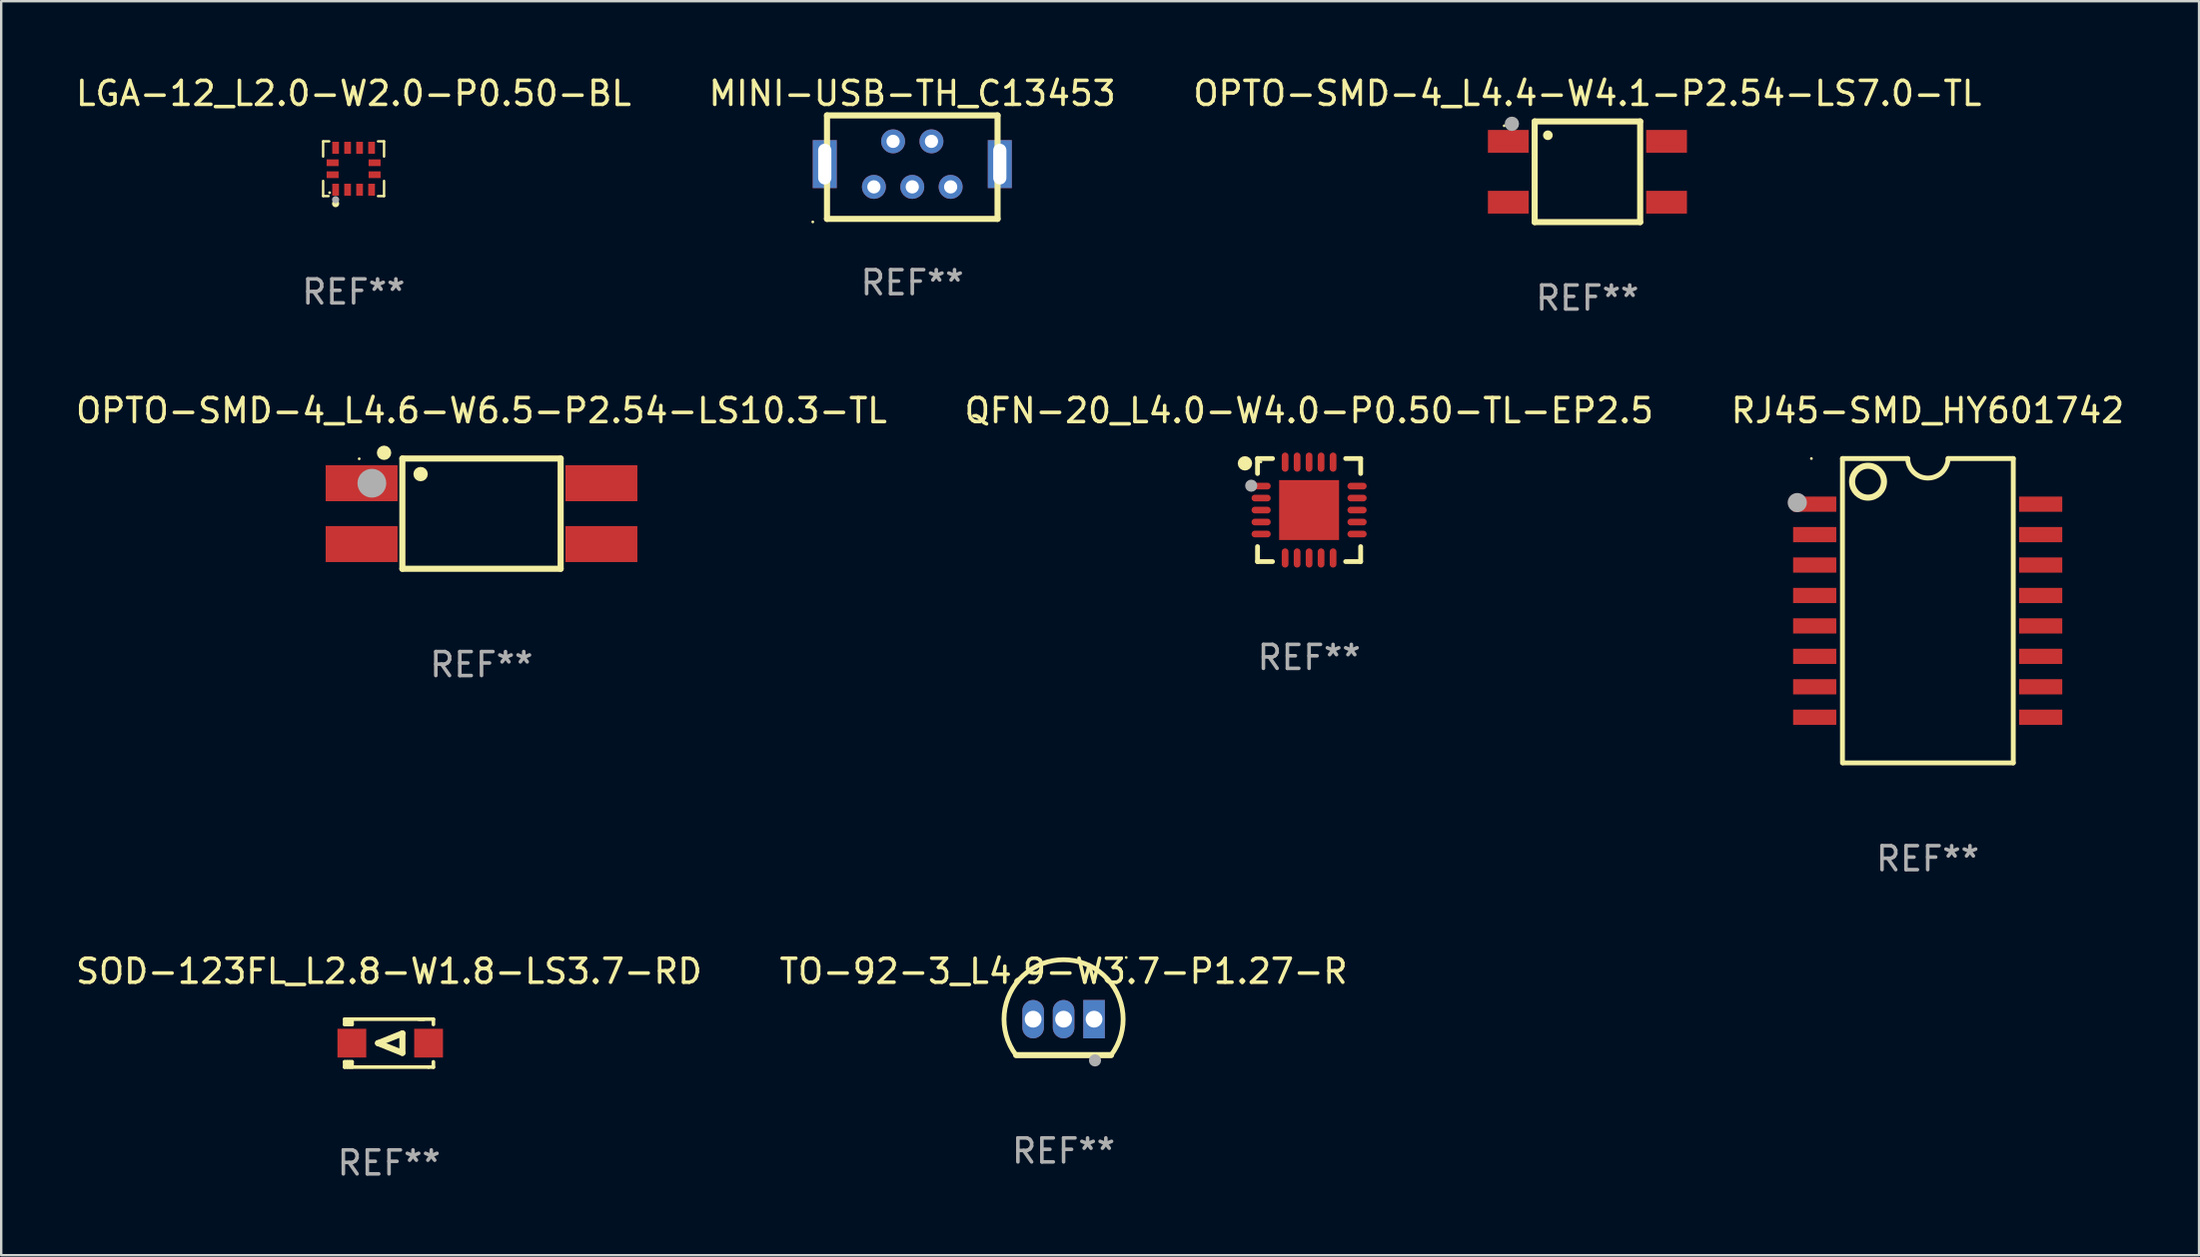
<source format=kicad_pcb>
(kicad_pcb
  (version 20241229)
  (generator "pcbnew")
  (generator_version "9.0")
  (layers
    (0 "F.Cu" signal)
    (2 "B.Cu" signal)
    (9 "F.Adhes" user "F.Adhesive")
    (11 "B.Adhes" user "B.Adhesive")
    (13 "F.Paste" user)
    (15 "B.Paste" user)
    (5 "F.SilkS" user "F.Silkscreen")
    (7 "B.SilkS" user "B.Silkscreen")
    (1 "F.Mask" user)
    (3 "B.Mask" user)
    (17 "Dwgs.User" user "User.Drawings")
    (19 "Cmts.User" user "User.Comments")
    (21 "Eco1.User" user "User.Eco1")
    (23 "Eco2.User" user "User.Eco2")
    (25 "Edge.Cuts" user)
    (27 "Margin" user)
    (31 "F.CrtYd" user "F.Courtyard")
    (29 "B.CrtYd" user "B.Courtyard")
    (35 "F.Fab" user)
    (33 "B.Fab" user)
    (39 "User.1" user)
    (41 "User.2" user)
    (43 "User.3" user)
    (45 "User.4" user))
  (footprint "SOD-123FL_L2.8-W1.8-LS3.7-RD"
    (layer "F.Cu")
    (at 13.223 40.481)
    (property "Reference" "SOD-123FL_L2.8-W1.8-LS3.7-RD" (at -0.05 -3 0) (layer "F.SilkS") (effects (font (size 1 1) (thickness 0.15))))
    (attr through_hole)
    (fp_line (start -1.9 -1) (end -1.9 -0.78) (stroke (width 0.152) (type solid)) (layer "F.SilkS"))
    (fp_line (start -1.9 0.78) (end -1.9 1) (stroke (width 0.152) (type solid)) (layer "F.SilkS"))
    (fp_line (start -1.9 1) (end 1.6 1) (stroke (width 0.152) (type solid)) (layer "F.SilkS"))
    (fp_line (start -1.791 -0.78) (end -1.791 -1) (stroke (width 0.152) (type solid)) (layer "F.SilkS"))
    (fp_line (start -1.791 1) (end -1.791 0.78) (stroke (width 0.152) (type solid)) (layer "F.SilkS"))
    (fp_line (start -1.691 -1) (end -1.691 -0.78) (stroke (width 0.152) (type solid)) (layer "F.SilkS"))
    (fp_line (start -1.691 0.78) (end -1.691 1) (stroke (width 0.152) (type solid)) (layer "F.SilkS"))
    (fp_line (start -1.591 -1) (end -1.591 -0.78) (stroke (width 0.152) (type solid)) (layer "F.SilkS"))
    (fp_line (start -1.591 -0.78) (end -1.9 -0.78) (stroke (width 0.152) (type solid)) (layer "F.SilkS"))
    (fp_line (start -1.591 0.78) (end -1.9 0.78) (stroke (width 0.152) (type solid)) (layer "F.SilkS"))
    (fp_line (start -1.591 0.78) (end -1.591 1) (stroke (width 0.152) (type solid)) (layer "F.SilkS"))
    (fp_line (start -0.508 -0.000051) (end 0.508 -0.406) (stroke (width 0.254) (type solid)) (layer "F.SilkS"))
    (fp_line (start 0.508 -0.406) (end 0.508 0.406) (stroke (width 0.254) (type solid)) (layer "F.SilkS"))
    (fp_line (start 0.508 0.406) (end -0.508 -0.000051) (stroke (width 0.254) (type solid)) (layer "F.SilkS"))
    (fp_line (start 1.4 -1) (end -1.9 -1) (stroke (width 0.152) (type solid)) (layer "F.SilkS"))
    (fp_line (start 1.6 1) (end 1.8 1) (stroke (width 0.152) (type solid)) (layer "F.SilkS"))
    (fp_line (start 1.8 -1) (end 1.2 -1) (stroke (width 0.152) (type solid)) (layer "F.SilkS"))
    (fp_line (start 1.8 -0.78) (end 1.8 -1) (stroke (width 0.152) (type solid)) (layer "F.SilkS"))
    (fp_line (start 1.8 1) (end 1.8 0.78) (stroke (width 0.152) (type solid)) (layer "F.SilkS"))
    (fp_circle (center -1.85 0.9) (end -1.82 0.9) (stroke (width 0.06) (type solid)) (fill no) (layer "F.SilkS"))
    (fp_text user "REF**" (at -0.05 5 0) (layer "F.Fab") (effects (font (size 1 1) (thickness 0.15))))
    (pad "1" smd rect (at -1.6 0) (size 1.2 1.2) (layers "F.Cu" "F.Mask" "F.Paste"))
    (pad "2" smd rect (at 1.6 0) (size 1.2 1.2) (layers "F.Cu" "F.Mask" "F.Paste")))
  (footprint "RJ45-SMD_HY601742"
    (layer "F.Cu")
    (at 77.339 22.435)
    (property "Reference" "RJ45-SMD_HY601742" (at 0 -8.35 0) (layer "F.SilkS") (effects (font (size 1 1) (thickness 0.15))))
    (attr through_hole)
    (fp_line (start -3.554 -6.35) (end -0.836 -6.35) (stroke (width 0.203) (type solid)) (layer "F.SilkS"))
    (fp_line (start -3.554 6.35) (end -3.554 -6.35) (stroke (width 0.203) (type solid)) (layer "F.SilkS"))
    (fp_line (start 0.851 -6.35) (end 3.569 -6.35) (stroke (width 0.203) (type solid)) (layer "F.SilkS"))
    (fp_line (start 3.569 -6.35) (end 3.569 6.35) (stroke (width 0.203) (type solid)) (layer "F.SilkS"))
    (fp_line (start 3.569 6.35) (end -3.531 6.35) (stroke (width 0.203) (type solid)) (layer "F.SilkS"))
    (fp_arc (start -1.823724 -5.377191) (mid -3.153258 -5.383541) (end -1.823724 -5.389891) (stroke (width 0.254001) (type solid)) (layer "F.SilkS"))
    (fp_arc (start 0.850902 -6.350013) (mid 0.00762 -5.535779) (end -0.835662 -6.350012) (stroke (width 0.2032) (type solid)) (layer "F.SilkS"))
    (fp_circle (center -4.85 -6.35) (end -4.82 -6.35) (stroke (width 0.06) (type solid)) (fill no) (layer "F.SilkS"))
    (fp_circle (center -5.439 -4.512) (end -5.239 -4.512) (stroke (width 0.4) (type solid)) (fill no) (layer "F.Fab"))
    (fp_text user "REF**" (at 0 10.35 0) (layer "F.Fab") (effects (font (size 1 1) (thickness 0.15))))
    (pad "1" smd rect (at -4.712 -4.445 270) (size 0.635 1.8) (layers "F.Cu" "F.Mask" "F.Paste"))
    (pad "2" smd rect (at -4.712 -3.175 270) (size 0.635 1.8) (layers "F.Cu" "F.Mask" "F.Paste"))
    (pad "3" smd rect (at -4.712 -1.905 270) (size 0.635 1.8) (layers "F.Cu" "F.Mask" "F.Paste"))
    (pad "4" smd rect (at -4.712 -0.635 270) (size 0.635 1.8) (layers "F.Cu" "F.Mask" "F.Paste"))
    (pad "5" smd rect (at -4.712 0.635 270) (size 0.635 1.8) (layers "F.Cu" "F.Mask" "F.Paste"))
    (pad "6" smd rect (at -4.712 1.905 270) (size 0.635 1.8) (layers "F.Cu" "F.Mask" "F.Paste"))
    (pad "7" smd rect (at -4.712 3.175 270) (size 0.635 1.8) (layers "F.Cu" "F.Mask" "F.Paste"))
    (pad "8" smd rect (at -4.712 4.445 270) (size 0.635 1.8) (layers "F.Cu" "F.Mask" "F.Paste"))
    (pad "9" smd rect (at 4.712 4.445 270) (size 0.635 1.8) (layers "F.Cu" "F.Mask" "F.Paste"))
    (pad "10" smd rect (at 4.712 3.175 270) (size 0.635 1.8) (layers "F.Cu" "F.Mask" "F.Paste"))
    (pad "11" smd rect (at 4.712 1.905 270) (size 0.635 1.8) (layers "F.Cu" "F.Mask" "F.Paste"))
    (pad "12" smd rect (at 4.712 0.635 270) (size 0.635 1.8) (layers "F.Cu" "F.Mask" "F.Paste"))
    (pad "13" smd rect (at 4.712 -0.635 270) (size 0.635 1.8) (layers "F.Cu" "F.Mask" "F.Paste"))
    (pad "14" smd rect (at 4.712 -1.905 270) (size 0.635 1.8) (layers "F.Cu" "F.Mask" "F.Paste"))
    (pad "15" smd rect (at 4.712 -3.175 270) (size 0.635 1.8) (layers "F.Cu" "F.Mask" "F.Paste"))
    (pad "16" smd rect (at 4.712 -4.445 270) (size 0.635 1.8) (layers "F.Cu" "F.Mask" "F.Paste")))
  (footprint "OPTO-SMD-4_L4.6-W6.5-P2.54-LS10.3-TL"
    (layer "F.Cu")
    (at 17.03 18.385)
    (property "Reference" "OPTO-SMD-4_L4.6-W6.5-P2.54-LS10.3-TL" (at 0.000025 -4.3 0) (layer "F.SilkS") (effects (font (size 1 1) (thickness 0.15))))
    (attr through_hole)
    (fp_line (start -3.3 -2.3) (end 3.3 -2.3) (stroke (width 0.254) (type solid)) (layer "F.SilkS"))
    (fp_line (start -3.3 2.3) (end -3.3 -2.3) (stroke (width 0.254) (type solid)) (layer "F.SilkS"))
    (fp_line (start 3.3 -2.3) (end 3.3 2.3) (stroke (width 0.254) (type solid)) (layer "F.SilkS"))
    (fp_line (start 3.3 2.3) (end -3.3 2.3) (stroke (width 0.254) (type solid)) (layer "F.SilkS"))
    (fp_circle (center -5.1 -2.29) (end -5.07 -2.29) (stroke (width 0.06) (type solid)) (fill no) (layer "F.SilkS"))
    (fp_circle (center -4.064 -2.54) (end -3.914 -2.54) (stroke (width 0.3) (type solid)) (fill no) (layer "F.SilkS"))
    (fp_circle (center -2.54 -1.651) (end -2.39 -1.651) (stroke (width 0.3) (type solid)) (fill no) (layer "F.SilkS"))
    (fp_circle (center -4.572 -1.27) (end -4.272 -1.27) (stroke (width 0.6) (type solid)) (fill no) (layer "F.Fab"))
    (fp_text user "REF**" (at 0.000025 6.3 0) (layer "F.Fab") (effects (font (size 1 1) (thickness 0.15))))
    (pad "1" smd rect (at -5 -1.27 90) (size 1.5 3) (layers "F.Cu" "F.Mask" "F.Paste"))
    (pad "2" smd rect (at -5 1.27 90) (size 1.5 3) (layers "F.Cu" "F.Mask" "F.Paste"))
    (pad "3" smd rect (at 5 1.27 90) (size 1.5 3) (layers "F.Cu" "F.Mask" "F.Paste"))
    (pad "4" smd rect (at 5 -1.27 90) (size 1.5 3) (layers "F.Cu" "F.Mask" "F.Paste")))
  (footprint "LGA-12_L2.0-W2.0-P0.50-BL"
    (layer "F.Cu")
    (at 11.696 3.991)
    (property "Reference" "LGA-12_L2.0-W2.0-P0.50-BL" (at 0 -3.143 0) (layer "F.SilkS") (effects (font (size 1 1) (thickness 0.15))))
    (attr through_hole)
    (fp_line (start -1.27 -1.143) (end -1.27 -0.508) (stroke (width 0.1) (type solid)) (layer "F.SilkS"))
    (fp_line (start -1.27 0.508) (end -1.27 1.143) (stroke (width 0.1) (type solid)) (layer "F.SilkS"))
    (fp_line (start -1.27 1.143) (end -1.044 1.143) (stroke (width 0.1) (type solid)) (layer "F.SilkS"))
    (fp_line (start -1.016 -1.143) (end -1.27 -1.143) (stroke (width 0.1) (type solid)) (layer "F.SilkS"))
    (fp_line (start 1.016 -1.143) (end 1.27 -1.143) (stroke (width 0.1) (type solid)) (layer "F.SilkS"))
    (fp_line (start 1.27 -1.143) (end 1.27 -0.508) (stroke (width 0.1) (type solid)) (layer "F.SilkS"))
    (fp_line (start 1.27 0.508) (end 1.27 1.143) (stroke (width 0.1) (type solid)) (layer "F.SilkS"))
    (fp_line (start 1.27 1.143) (end 1.016 1.143) (stroke (width 0.1) (type solid)) (layer "F.SilkS"))
    (fp_circle (center -1 1) (end -0.97 1) (stroke (width 0.06) (type solid)) (fill no) (layer "F.SilkS"))
    (fp_circle (center -0.75 1.457) (end -0.675 1.457) (stroke (width 0.15) (type solid)) (fill no) (layer "F.SilkS"))
    (fp_circle (center -0.75 1.293) (end -0.675 1.293) (stroke (width 0.15) (type solid)) (fill no) (layer "F.Fab"))
    (fp_text user "REF**" (at 0 5.143 0) (layer "F.Fab") (effects (font (size 1 1) (thickness 0.15))))
    (pad "1" smd rect (at -0.75 0.875) (size 0.28 0.5) (layers "F.Cu" "F.Mask" "F.Paste"))
    (pad "2" smd rect (at -0.25 0.875) (size 0.28 0.5) (layers "F.Cu" "F.Mask" "F.Paste"))
    (pad "3" smd rect (at 0.25 0.875) (size 0.28 0.5) (layers "F.Cu" "F.Mask" "F.Paste"))
    (pad "4" smd rect (at 0.75 0.875) (size 0.28 0.5) (layers "F.Cu" "F.Mask" "F.Paste"))
    (pad "5" smd rect (at 0.875 0.25) (size 0.5 0.28) (layers "F.Cu" "F.Mask" "F.Paste"))
    (pad "6" smd rect (at 0.875 -0.25) (size 0.5 0.28) (layers "F.Cu" "F.Mask" "F.Paste"))
    (pad "7" smd rect (at 0.75 -0.875) (size 0.28 0.5) (layers "F.Cu" "F.Mask" "F.Paste"))
    (pad "8" smd rect (at 0.25 -0.875) (size 0.28 0.5) (layers "F.Cu" "F.Mask" "F.Paste"))
    (pad "9" smd rect (at -0.25 -0.875) (size 0.28 0.5) (layers "F.Cu" "F.Mask" "F.Paste"))
    (pad "10" smd rect (at -0.75 -0.875) (size 0.28 0.5) (layers "F.Cu" "F.Mask" "F.Paste"))
    (pad "11" smd rect (at -0.875 -0.25) (size 0.5 0.28) (layers "F.Cu" "F.Mask" "F.Paste"))
    (pad "12" smd rect (at -0.875 0.25) (size 0.5 0.28) (layers "F.Cu" "F.Mask" "F.Paste")))
  (footprint "TO-92-3_L4.9-W3.7-P1.27-R"
    (layer "F.Cu")
    (at 41.304 39.481)
    (property "Reference" "TO-92-3_L4.9-W3.7-P1.27-R" (at 0 -2 0) (layer "F.SilkS") (effects (font (size 1 1) (thickness 0.15))))
    (attr through_hole)
    (fp_line (start 1.98 1.5) (end -1.98 1.5) (stroke (width 0.254) (type solid)) (layer "F.SilkS"))
    (fp_arc (start -1.981204 1.501143) (mid 0 -2.48128) (end 1.981204 1.501143) (stroke (width 0.2) (type solid)) (layer "F.SilkS"))
    (fp_circle (center 2.611 -2.574) (end 2.641 -2.574) (stroke (width 0.06) (type solid)) (fill no) (layer "F.SilkS"))
    (fp_circle (center 1.31 1.72) (end 1.437 1.72) (stroke (width 0.254) (type solid)) (fill no) (layer "F.Fab"))
    (fp_text user "REF**" (at 0 5.5 0) (layer "F.Fab") (effects (font (size 1 1) (thickness 0.15))))
    (pad "1" thru_hole rect (at 1.27 0) (size 0.9 1.6) (drill 0.7) (layers "*.Cu" "*.Mask"))
    (pad "2" thru_hole oval (at 0 0) (size 0.9 1.6) (drill 0.7) (layers "*.Cu" "*.Mask"))
    (pad "3" thru_hole oval (at -1.27 0) (size 0.9 1.6) (drill 0.7) (layers "*.Cu" "*.Mask")))
  (footprint "OPTO-SMD-4_L4.4-W4.1-P2.54-LS7.0-TL"
    (layer "F.Cu")
    (at 63.149 4.118)
    (property "Reference" "OPTO-SMD-4_L4.4-W4.1-P2.54-LS7.0-TL" (at 0 -3.27 0) (layer "F.SilkS") (effects (font (size 1 1) (thickness 0.15))))
    (attr through_hole)
    (fp_line (start -2.2 -2.1) (end -2.2 2.1) (stroke (width 0.254) (type solid)) (layer "F.SilkS"))
    (fp_line (start -2.2 2.1) (end 2.2 2.1) (stroke (width 0.254) (type solid)) (layer "F.SilkS"))
    (fp_line (start 2.2 -2.1) (end -2.2 -2.1) (stroke (width 0.254) (type solid)) (layer "F.SilkS"))
    (fp_line (start 2.2 2.1) (end 2.2 -2.1) (stroke (width 0.254) (type solid)) (layer "F.SilkS"))
    (fp_arc (start -1.651003 -1.524003) (mid -1.649733 -1.524007) (end -1.648463 -1.524003) (stroke (width 0.4) (type solid)) (layer "F.SilkS"))
    (fp_circle (center -3.47 -1.92) (end -3.44 -1.92) (stroke (width 0.06) (type solid)) (fill no) (layer "F.SilkS"))
    (fp_circle (center -3.15 -2.002) (end -3 -2.002) (stroke (width 0.3) (type solid)) (fill no) (layer "F.Fab"))
    (fp_text user "REF**" (at 0 5.27 0) (layer "F.Fab") (effects (font (size 1 1) (thickness 0.15))))
    (pad "1" smd rect (at -3.3 -1.27) (size 1.7 0.95) (layers "F.Cu" "F.Mask" "F.Paste"))
    (pad "2" smd rect (at -3.3 1.27) (size 1.7 0.95) (layers "F.Cu" "F.Mask" "F.Paste"))
    (pad "3" smd rect (at 3.3 1.27) (size 1.7 0.95) (layers "F.Cu" "F.Mask" "F.Paste"))
    (pad "4" smd rect (at 3.3 -1.27) (size 1.7 0.95) (layers "F.Cu" "F.Mask" "F.Paste")))
  (footprint "QFN-20_L4.0-W4.0-P0.50-TL-EP2.5"
    (layer "F.Cu")
    (at 51.542 18.235)
    (property "Reference" "QFN-20_L4.0-W4.0-P0.50-TL-EP2.5" (at 0.000076 -4.15 0) (layer "F.SilkS") (effects (font (size 1 1) (thickness 0.15))))
    (attr through_hole)
    (fp_line (start -2.15 -2.15) (end -1.525 -2.15) (stroke (width 0.2) (type solid)) (layer "F.SilkS"))
    (fp_line (start -2.15 -1.525) (end -2.15 -2.15) (stroke (width 0.2) (type solid)) (layer "F.SilkS"))
    (fp_line (start -2.15 1.525) (end -2.15 2.15) (stroke (width 0.2) (type solid)) (layer "F.SilkS"))
    (fp_line (start -2.15 2.15) (end -1.525 2.15) (stroke (width 0.2) (type solid)) (layer "F.SilkS"))
    (fp_line (start 1.525 2.15) (end 2.15 2.15) (stroke (width 0.2) (type solid)) (layer "F.SilkS"))
    (fp_line (start 2.15 -2.15) (end 1.525 -2.15) (stroke (width 0.2) (type solid)) (layer "F.SilkS"))
    (fp_line (start 2.15 -1.525) (end 2.15 -2.15) (stroke (width 0.2) (type solid)) (layer "F.SilkS"))
    (fp_line (start 2.15 2.15) (end 2.15 1.525) (stroke (width 0.2) (type solid)) (layer "F.SilkS"))
    (fp_arc (start -2.524689 -1.94826) (mid -2.824708 -1.94953) (end -2.524689 -1.9508) (stroke (width 0.3) (type solid)) (layer "F.SilkS"))
    (fp_circle (center -2.01 -2.01) (end -1.98 -2.01) (stroke (width 0.06) (type solid)) (fill no) (layer "F.SilkS"))
    (fp_circle (center -2.413 -1.016) (end -2.286 -1.016) (stroke (width 0.254) (type solid)) (fill no) (layer "F.Fab"))
    (fp_text user "REF**" (at 0.000076 6.15 0) (layer "F.Fab") (effects (font (size 1 1) (thickness 0.15))))
    (pad "1" smd oval (at -2 -1 90) (size 0.28 0.8) (layers "F.Cu" "F.Mask" "F.Paste"))
    (pad "2" smd oval (at -2 -0.5 90) (size 0.28 0.8) (layers "F.Cu" "F.Mask" "F.Paste"))
    (pad "3" smd oval (at -2 0 90) (size 0.28 0.8) (layers "F.Cu" "F.Mask" "F.Paste"))
    (pad "4" smd oval (at -2 0.5 90) (size 0.28 0.8) (layers "F.Cu" "F.Mask" "F.Paste"))
    (pad "5" smd oval (at -2 1 90) (size 0.28 0.8) (layers "F.Cu" "F.Mask" "F.Paste"))
    (pad "6" smd oval (at -1 2) (size 0.28 0.8) (layers "F.Cu" "F.Mask" "F.Paste"))
    (pad "7" smd oval (at -0.5 2) (size 0.28 0.8) (layers "F.Cu" "F.Mask" "F.Paste"))
    (pad "8" smd oval (at 0 2) (size 0.28 0.8) (layers "F.Cu" "F.Mask" "F.Paste"))
    (pad "9" smd oval (at 0.5 2) (size 0.28 0.8) (layers "F.Cu" "F.Mask" "F.Paste"))
    (pad "10" smd oval (at 1 2) (size 0.28 0.8) (layers "F.Cu" "F.Mask" "F.Paste"))
    (pad "11" smd oval (at 2 1 90) (size 0.28 0.8) (layers "F.Cu" "F.Mask" "F.Paste"))
    (pad "12" smd oval (at 2 0.5 90) (size 0.28 0.8) (layers "F.Cu" "F.Mask" "F.Paste"))
    (pad "13" smd oval (at 2 0 90) (size 0.28 0.8) (layers "F.Cu" "F.Mask" "F.Paste"))
    (pad "14" smd oval (at 2 -0.5 90) (size 0.28 0.8) (layers "F.Cu" "F.Mask" "F.Paste"))
    (pad "15" smd oval (at 2 -1 90) (size 0.28 0.8) (layers "F.Cu" "F.Mask" "F.Paste"))
    (pad "16" smd oval (at 1 -2) (size 0.28 0.8) (layers "F.Cu" "F.Mask" "F.Paste"))
    (pad "17" smd oval (at 0.5 -2) (size 0.28 0.8) (layers "F.Cu" "F.Mask" "F.Paste"))
    (pad "18" smd oval (at 0 -2) (size 0.28 0.8) (layers "F.Cu" "F.Mask" "F.Paste"))
    (pad "19" smd oval (at -0.5 -2) (size 0.28 0.8) (layers "F.Cu" "F.Mask" "F.Paste"))
    (pad "20" smd oval (at -1 -2) (size 0.28 0.8) (layers "F.Cu" "F.Mask" "F.Paste"))
    (pad "21" smd rect (at 0 0) (size 2.5 2.5) (layers "F.Cu" "F.Mask" "F.Paste")))
  (footprint "MINI-USB-TH_C13453"
    (layer "F.Cu")
    (at 34.994 3.798)
    (property "Reference" "MINI-USB-TH_C13453" (at 0 -2.95 0) (layer "F.SilkS") (effects (font (size 1 1) (thickness 0.15))))
    (attr through_hole)
    (fp_line (start -3.556 -2.032) (end -3.556 2.286) (stroke (width 0.254) (type solid)) (layer "F.SilkS"))
    (fp_line (start -3.556 2.286) (end 3.556 2.286) (stroke (width 0.254) (type solid)) (layer "F.SilkS"))
    (fp_line (start 3.556 -2.032) (end -3.556 -2.032) (stroke (width 0.254) (type solid)) (layer "F.SilkS"))
    (fp_line (start 3.556 2.286) (end 3.556 -2.032) (stroke (width 0.254) (type solid)) (layer "F.SilkS"))
    (fp_circle (center -4.15 2.413) (end -4.12 2.413) (stroke (width 0.06) (type solid)) (fill no) (layer "F.SilkS"))
    (fp_text user "REF**" (at 0 4.95 0) (layer "F.Fab") (effects (font (size 1 1) (thickness 0.15))))
    (pad "1" thru_hole circle (at -1.6 0.95) (size 1 1) (drill 0.55) (layers "*.Cu" "*.Mask"))
    (pad "2" thru_hole circle (at -0.8 -0.95) (size 1 1) (drill 0.55) (layers "*.Cu" "*.Mask"))
    (pad "3" thru_hole circle (at 0 0.95) (size 1 1) (drill 0.55) (layers "*.Cu" "*.Mask"))
    (pad "4" thru_hole circle (at 0.8 -0.95) (size 1 1) (drill 0.55) (layers "*.Cu" "*.Mask"))
    (pad "5" thru_hole circle (at 1.6 0.95) (size 1 1) (drill 0.55) (layers "*.Cu" "*.Mask"))
    (pad "6" thru_hole rect (at 3.65 0) (size 1 2) (drill oval 0.55 1.7) (layers "*.Cu" "*.Mask"))
    (pad "7" thru_hole rect (at -3.65 0) (size 1 2) (drill oval 0.55 1.7) (layers "*.Cu" "*.Mask")))
  (gr_rect
    (start -3 -3)
    (end 88.655 49.33)
    (stroke (width 0.1) (type default))
    (fill no)
    (layer "Edge.Cuts")))
</source>
